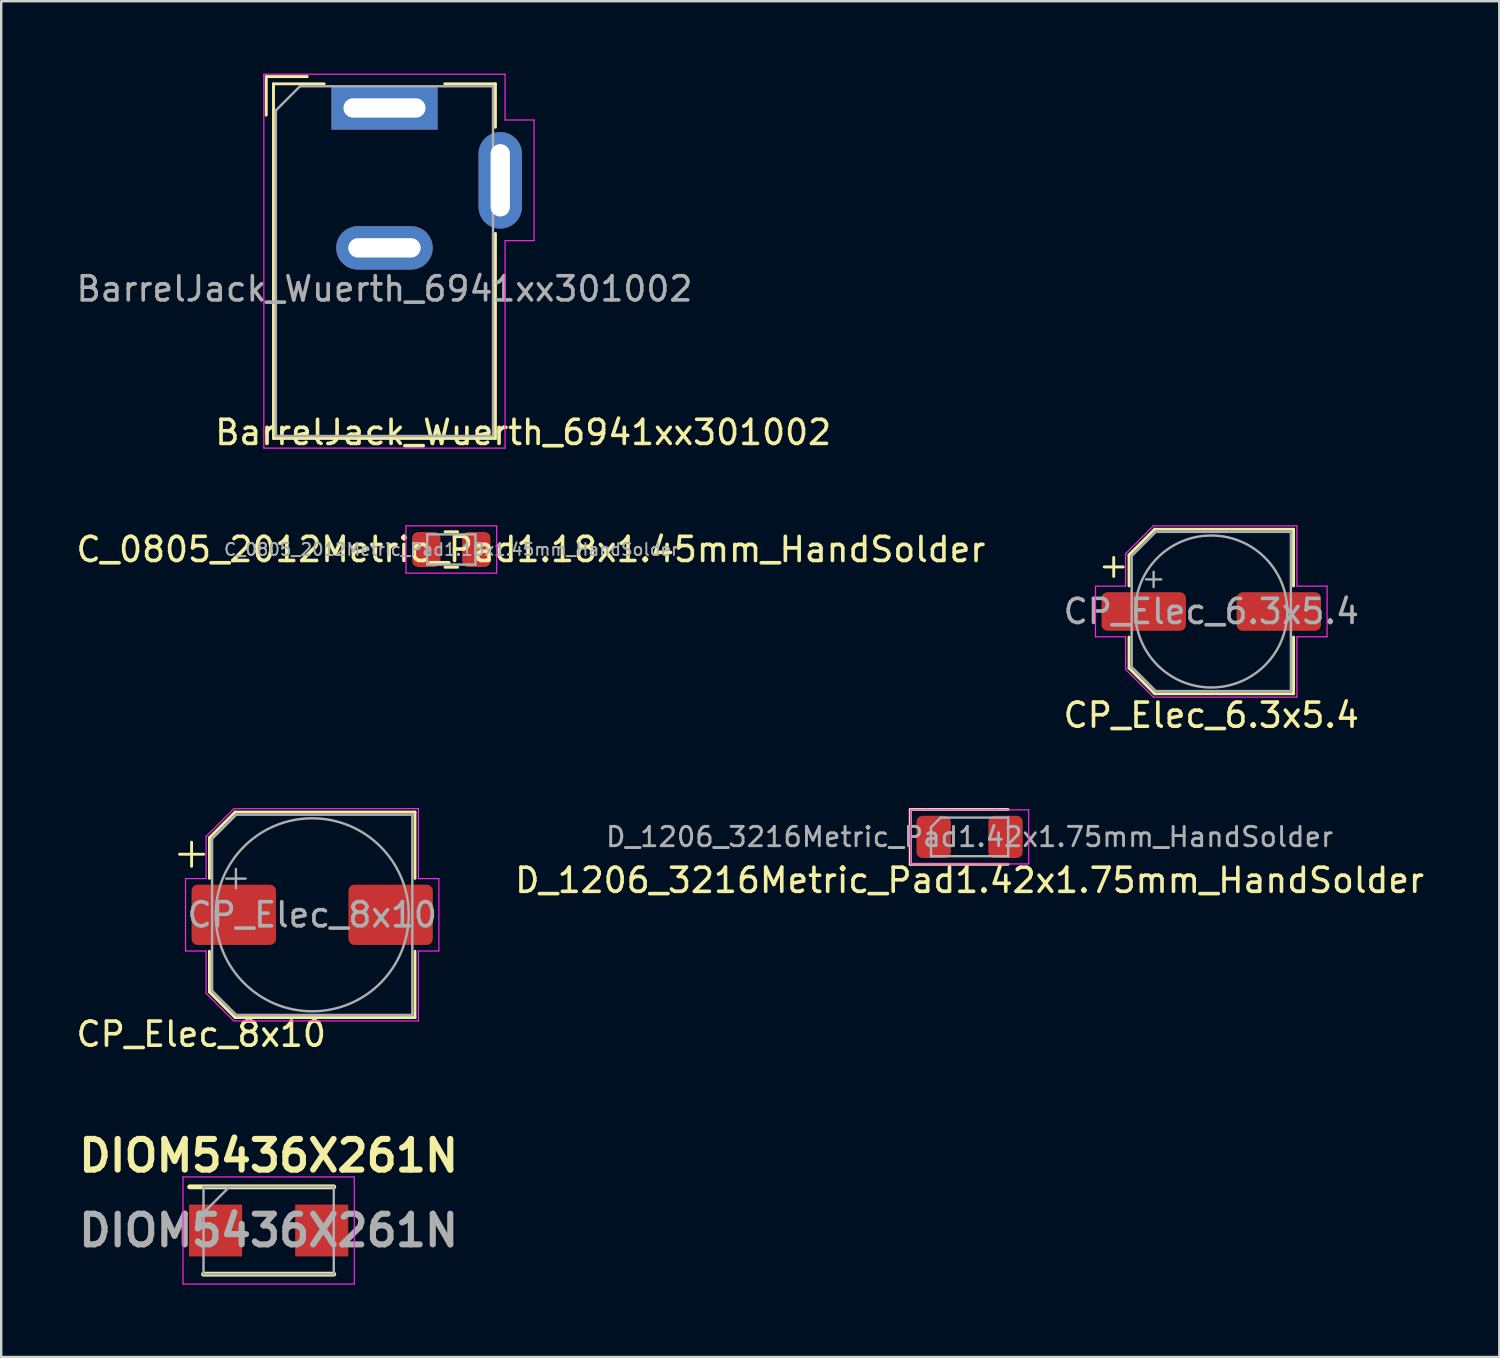
<source format=kicad_pcb>
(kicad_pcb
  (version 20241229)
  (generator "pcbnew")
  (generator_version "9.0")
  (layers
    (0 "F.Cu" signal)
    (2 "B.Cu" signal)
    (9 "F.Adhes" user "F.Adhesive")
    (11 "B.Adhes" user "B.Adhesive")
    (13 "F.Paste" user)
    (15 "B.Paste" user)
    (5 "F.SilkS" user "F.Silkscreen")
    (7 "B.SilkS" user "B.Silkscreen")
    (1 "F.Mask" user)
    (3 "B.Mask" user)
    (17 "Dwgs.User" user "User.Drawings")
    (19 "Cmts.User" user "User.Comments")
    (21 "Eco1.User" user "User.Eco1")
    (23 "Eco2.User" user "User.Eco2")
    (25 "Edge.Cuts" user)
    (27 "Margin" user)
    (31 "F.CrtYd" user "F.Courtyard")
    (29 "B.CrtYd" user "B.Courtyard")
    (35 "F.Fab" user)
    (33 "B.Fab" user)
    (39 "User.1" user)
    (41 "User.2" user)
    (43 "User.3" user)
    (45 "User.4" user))
  (footprint "C_0805_2012Metric_Pad1.18x1.45mm_HandSolder"
    (layer "F.Cu")
    (at 15.658 19.728)
    (property "Reference" "C_0805_2012Metric_Pad1.18x1.45mm_HandSolder" (at 3.3 0 0) (layer "F.SilkS") (effects (font (size 1 1) (thickness 0.15))))
    (attr smd)
    (fp_line (start -0.261 -0.735) (end 0.261 -0.735) (stroke (width 0.12) (type solid)) (layer "F.SilkS"))
    (fp_line (start -0.261 0.735) (end 0.261 0.735) (stroke (width 0.12) (type solid)) (layer "F.SilkS"))
    (fp_line (start -1.88 -0.98) (end 1.88 -0.98) (stroke (width 0.05) (type solid)) (layer "F.CrtYd"))
    (fp_line (start -1.88 0.98) (end -1.88 -0.98) (stroke (width 0.05) (type solid)) (layer "F.CrtYd"))
    (fp_line (start 1.88 -0.98) (end 1.88 0.98) (stroke (width 0.05) (type solid)) (layer "F.CrtYd"))
    (fp_line (start 1.88 0.98) (end -1.88 0.98) (stroke (width 0.05) (type solid)) (layer "F.CrtYd"))
    (fp_line (start -1 -0.625) (end 1 -0.625) (stroke (width 0.1) (type solid)) (layer "F.Fab"))
    (fp_line (start -1 0.625) (end -1 -0.625) (stroke (width 0.1) (type solid)) (layer "F.Fab"))
    (fp_line (start 1 -0.625) (end 1 0.625) (stroke (width 0.1) (type solid)) (layer "F.Fab"))
    (fp_line (start 1 0.625) (end -1 0.625) (stroke (width 0.1) (type solid)) (layer "F.Fab"))
    (fp_text user "${REFERENCE}" (at 0 0 0) (layer "F.Fab") (effects (font (size 0.5 0.5) (thickness 0.08))))
    (pad "1" smd roundrect (at -1.038 0 180) (size 1.175 1.45) (layers "F.Cu" "F.Mask" "F.Paste") (roundrect_rratio 0.213))
    (pad "2" smd roundrect (at 1.038 0 180) (size 1.175 1.45) (layers "F.Cu" "F.Mask" "F.Paste") (roundrect_rratio 0.213)))
  (footprint "BarrelJack_Wuerth_6941xx301002"
    (layer "F.Cu")
    (at 12.887 1.425)
    (property "Reference" "BarrelJack_Wuerth_6941xx301002" (at 5.75 13.45 0) (layer "F.SilkS") (effects (font (size 1 1) (thickness 0.15))))
    (attr through_hole)
    (fp_line (start -4.9 -1.3) (end -4.9 0.3) (stroke (width 0.12) (type solid)) (layer "F.SilkS"))
    (fp_line (start -4.6 -1) (end -2.5 -1) (stroke (width 0.12) (type solid)) (layer "F.SilkS"))
    (fp_line (start -4.6 13.7) (end -4.6 -1) (stroke (width 0.12) (type solid)) (layer "F.SilkS"))
    (fp_line (start -3.2 -1.3) (end -4.9 -1.3) (stroke (width 0.12) (type solid)) (layer "F.SilkS"))
    (fp_line (start 2.5 -1) (end 4.6 -1) (stroke (width 0.12) (type solid)) (layer "F.SilkS"))
    (fp_line (start 4.6 -1) (end 4.6 0.8) (stroke (width 0.12) (type solid)) (layer "F.SilkS"))
    (fp_line (start 4.6 5.2) (end 4.6 13.7) (stroke (width 0.12) (type solid)) (layer "F.SilkS"))
    (fp_line (start 4.6 13.7) (end -4.6 13.7) (stroke (width 0.12) (type solid)) (layer "F.SilkS"))
    (fp_line (start -5 -1.4) (end -5 14.1) (stroke (width 0.05) (type solid)) (layer "F.CrtYd"))
    (fp_line (start -5 14.1) (end 5 14.1) (stroke (width 0.05) (type solid)) (layer "F.CrtYd"))
    (fp_line (start 5 -1.4) (end -5 -1.4) (stroke (width 0.05) (type solid)) (layer "F.CrtYd"))
    (fp_line (start 5 0.5) (end 5 -1.4) (stroke (width 0.05) (type solid)) (layer "F.CrtYd"))
    (fp_line (start 5 14.1) (end 5 5.5) (stroke (width 0.05) (type solid)) (layer "F.CrtYd"))
    (fp_line (start 6.2 0.5) (end 5 0.5) (stroke (width 0.05) (type solid)) (layer "F.CrtYd"))
    (fp_line (start 6.2 0.5) (end 6.2 5.5) (stroke (width 0.05) (type solid)) (layer "F.CrtYd"))
    (fp_line (start 6.2 5.5) (end 5 5.5) (stroke (width 0.05) (type solid)) (layer "F.CrtYd"))
    (fp_line (start -4.5 0.1) (end -3.5 -0.9) (stroke (width 0.1) (type solid)) (layer "F.Fab"))
    (fp_line (start -4.5 13.6) (end -4.5 0.1) (stroke (width 0.1) (type solid)) (layer "F.Fab"))
    (fp_line (start 4.5 -0.9) (end -3.5 -0.9) (stroke (width 0.1) (type solid)) (layer "F.Fab"))
    (fp_line (start 4.5 -0.9) (end 4.5 13.6) (stroke (width 0.1) (type solid)) (layer "F.Fab"))
    (fp_line (start 4.5 13.6) (end -4.5 13.6) (stroke (width 0.1) (type solid)) (layer "F.Fab"))
    (fp_text user "${REFERENCE}" (at 0 7.5 0) (layer "F.Fab") (effects (font (size 1 1) (thickness 0.15))))
    (pad "1" thru_hole rect (at 0 0) (size 4.4 1.8) (drill oval 3.4 0.8) (layers "*.Cu" "*.Mask"))
    (pad "2" thru_hole oval (at 0 5.8) (size 4 1.8) (drill oval 3 0.8) (layers "*.Cu" "*.Mask"))
    (pad "3" thru_hole oval (at 4.8 3 90) (size 4 1.8) (drill oval 3 0.8) (layers "*.Cu" "*.Mask")))
  (footprint "CP_Elec_6.3x5.4"
    (layer "F.Cu")
    (at 47.161 22.298)
    (property "Reference" "CP_Elec_6.3x5.4" (at 0 4.3 0) (layer "F.SilkS") (effects (font (size 1 1) (thickness 0.15))))
    (attr smd)
    (fp_line (start -4.438 -1.847) (end -3.65 -1.847) (stroke (width 0.12) (type solid)) (layer "F.SilkS"))
    (fp_line (start -4.044 -2.241) (end -4.044 -1.454) (stroke (width 0.12) (type solid)) (layer "F.SilkS"))
    (fp_line (start -3.41 -2.346) (end -3.41 -1.06) (stroke (width 0.12) (type solid)) (layer "F.SilkS"))
    (fp_line (start -3.41 -2.346) (end -2.346 -3.41) (stroke (width 0.12) (type solid)) (layer "F.SilkS"))
    (fp_line (start -3.41 2.346) (end -3.41 1.06) (stroke (width 0.12) (type solid)) (layer "F.SilkS"))
    (fp_line (start -3.41 2.346) (end -2.346 3.41) (stroke (width 0.12) (type solid)) (layer "F.SilkS"))
    (fp_line (start -2.346 -3.41) (end 3.41 -3.41) (stroke (width 0.12) (type solid)) (layer "F.SilkS"))
    (fp_line (start -2.346 3.41) (end 3.41 3.41) (stroke (width 0.12) (type solid)) (layer "F.SilkS"))
    (fp_line (start 3.41 -3.41) (end 3.41 -1.06) (stroke (width 0.12) (type solid)) (layer "F.SilkS"))
    (fp_line (start 3.41 3.41) (end 3.41 1.06) (stroke (width 0.12) (type solid)) (layer "F.SilkS"))
    (fp_line (start -4.8 -1.05) (end -4.8 1.05) (stroke (width 0.05) (type solid)) (layer "F.CrtYd"))
    (fp_line (start -4.8 1.05) (end -3.55 1.05) (stroke (width 0.05) (type solid)) (layer "F.CrtYd"))
    (fp_line (start -3.55 -2.4) (end -3.55 -1.05) (stroke (width 0.05) (type solid)) (layer "F.CrtYd"))
    (fp_line (start -3.55 -2.4) (end -2.4 -3.55) (stroke (width 0.05) (type solid)) (layer "F.CrtYd"))
    (fp_line (start -3.55 -1.05) (end -4.8 -1.05) (stroke (width 0.05) (type solid)) (layer "F.CrtYd"))
    (fp_line (start -3.55 1.05) (end -3.55 2.4) (stroke (width 0.05) (type solid)) (layer "F.CrtYd"))
    (fp_line (start -3.55 2.4) (end -2.4 3.55) (stroke (width 0.05) (type solid)) (layer "F.CrtYd"))
    (fp_line (start -2.4 -3.55) (end 3.55 -3.55) (stroke (width 0.05) (type solid)) (layer "F.CrtYd"))
    (fp_line (start -2.4 3.55) (end 3.55 3.55) (stroke (width 0.05) (type solid)) (layer "F.CrtYd"))
    (fp_line (start 3.55 -3.55) (end 3.55 -1.05) (stroke (width 0.05) (type solid)) (layer "F.CrtYd"))
    (fp_line (start 3.55 -1.05) (end 4.8 -1.05) (stroke (width 0.05) (type solid)) (layer "F.CrtYd"))
    (fp_line (start 3.55 1.05) (end 3.55 3.55) (stroke (width 0.05) (type solid)) (layer "F.CrtYd"))
    (fp_line (start 4.8 -1.05) (end 4.8 1.05) (stroke (width 0.05) (type solid)) (layer "F.CrtYd"))
    (fp_line (start 4.8 1.05) (end 3.55 1.05) (stroke (width 0.05) (type solid)) (layer "F.CrtYd"))
    (fp_line (start -3.3 -2.3) (end -3.3 2.3) (stroke (width 0.1) (type solid)) (layer "F.Fab"))
    (fp_line (start -3.3 -2.3) (end -2.3 -3.3) (stroke (width 0.1) (type solid)) (layer "F.Fab"))
    (fp_line (start -3.3 2.3) (end -2.3 3.3) (stroke (width 0.1) (type solid)) (layer "F.Fab"))
    (fp_line (start -2.705 -1.33) (end -2.075 -1.33) (stroke (width 0.1) (type solid)) (layer "F.Fab"))
    (fp_line (start -2.39 -1.645) (end -2.39 -1.015) (stroke (width 0.1) (type solid)) (layer "F.Fab"))
    (fp_line (start -2.3 -3.3) (end 3.3 -3.3) (stroke (width 0.1) (type solid)) (layer "F.Fab"))
    (fp_line (start -2.3 3.3) (end 3.3 3.3) (stroke (width 0.1) (type solid)) (layer "F.Fab"))
    (fp_line (start 3.3 -3.3) (end 3.3 3.3) (stroke (width 0.1) (type solid)) (layer "F.Fab"))
    (fp_circle (center 0 0) (end 3.15 0) (stroke (width 0.1) (type solid)) (fill no) (layer "F.Fab"))
    (fp_text user "${REFERENCE}" (at 0 0 0) (layer "F.Fab") (effects (font (size 1 1) (thickness 0.15))))
    (pad "1" smd roundrect (at -2.8 0) (size 3.5 1.6) (layers "F.Cu" "F.Mask" "F.Paste") (roundrect_rratio 0.156))
    (pad "2" smd roundrect (at 2.8 0) (size 3.5 1.6) (layers "F.Cu" "F.Mask" "F.Paste") (roundrect_rratio 0.156)))
  (footprint "D_1206_3216Metric_Pad1.42x1.75mm_HandSolder"
    (layer "F.Cu")
    (at 37.142 31.642)
    (property "Reference" "D_1206_3216Metric_Pad1.42x1.75mm_HandSolder" (at 0 1.8 0) (layer "F.SilkS") (effects (font (size 1 1) (thickness 0.15))))
    (attr smd)
    (fp_line (start -2.46 -1.135) (end -2.46 1.135) (stroke (width 0.12) (type solid)) (layer "F.SilkS"))
    (fp_line (start -2.46 1.135) (end 1.6 1.135) (stroke (width 0.12) (type solid)) (layer "F.SilkS"))
    (fp_line (start 1.6 -1.135) (end -2.46 -1.135) (stroke (width 0.12) (type solid)) (layer "F.SilkS"))
    (fp_line (start -2.45 -1.12) (end 2.45 -1.12) (stroke (width 0.05) (type solid)) (layer "F.CrtYd"))
    (fp_line (start -2.45 1.12) (end -2.45 -1.12) (stroke (width 0.05) (type solid)) (layer "F.CrtYd"))
    (fp_line (start 2.45 -1.12) (end 2.45 1.12) (stroke (width 0.05) (type solid)) (layer "F.CrtYd"))
    (fp_line (start 2.45 1.12) (end -2.45 1.12) (stroke (width 0.05) (type solid)) (layer "F.CrtYd"))
    (fp_line (start -1.6 -0.4) (end -1.6 0.8) (stroke (width 0.1) (type solid)) (layer "F.Fab"))
    (fp_line (start -1.6 0.8) (end 1.6 0.8) (stroke (width 0.1) (type solid)) (layer "F.Fab"))
    (fp_line (start -1.2 -0.8) (end -1.6 -0.4) (stroke (width 0.1) (type solid)) (layer "F.Fab"))
    (fp_line (start 1.6 -0.8) (end -1.2 -0.8) (stroke (width 0.1) (type solid)) (layer "F.Fab"))
    (fp_line (start 1.6 0.8) (end 1.6 -0.8) (stroke (width 0.1) (type solid)) (layer "F.Fab"))
    (fp_text user "${REFERENCE}" (at 0 0 0) (layer "F.Fab") (effects (font (size 0.8 0.8) (thickness 0.12))))
    (pad "1" smd roundrect (at -1.488 0 180) (size 1.425 1.75) (layers "F.Cu" "F.Mask" "F.Paste") (roundrect_rratio 0.175))
    (pad "2" smd roundrect (at 1.488 0 180) (size 1.425 1.75) (layers "F.Cu" "F.Mask" "F.Paste") (roundrect_rratio 0.175)))
  (footprint "DIOM5436X261N"
    (layer "F.Cu")
    (at 8.086 47.958)
    (property "Reference" "DIOM5436X261N" (at 0 -3.1 0) (layer "F.SilkS") (effects (font (size 1.27 1.27) (thickness 0.254))))
    (attr smd)
    (fp_line (start -2.7 1.81) (end 2.7 1.81) (stroke (width 0.2) (type solid)) (layer "F.SilkS"))
    (fp_line (start 2.7 -1.81) (end -3.275 -1.81) (stroke (width 0.2) (type solid)) (layer "F.SilkS"))
    (fp_line (start -3.55 -2.22) (end 3.55 -2.22) (stroke (width 0.05) (type solid)) (layer "F.CrtYd"))
    (fp_line (start -3.55 2.22) (end -3.55 -2.22) (stroke (width 0.05) (type solid)) (layer "F.CrtYd"))
    (fp_line (start 3.55 -2.22) (end 3.55 2.22) (stroke (width 0.05) (type solid)) (layer "F.CrtYd"))
    (fp_line (start 3.55 2.22) (end -3.55 2.22) (stroke (width 0.05) (type solid)) (layer "F.CrtYd"))
    (fp_line (start -2.7 -1.81) (end 2.7 -1.81) (stroke (width 0.1) (type solid)) (layer "F.Fab"))
    (fp_line (start -2.7 -0.735) (end -1.625 -1.81) (stroke (width 0.1) (type solid)) (layer "F.Fab"))
    (fp_line (start -2.7 1.81) (end -2.7 -1.81) (stroke (width 0.1) (type solid)) (layer "F.Fab"))
    (fp_line (start 2.7 -1.81) (end 2.7 1.81) (stroke (width 0.1) (type solid)) (layer "F.Fab"))
    (fp_line (start 2.7 1.81) (end -2.7 1.81) (stroke (width 0.1) (type solid)) (layer "F.Fab"))
    (fp_text user "${REFERENCE}" (at 0 0 0) (layer "F.Fab") (effects (font (size 1.27 1.27) (thickness 0.254))))
    (pad "A" smd rect (at -2.2 0 270) (size 2.15 2.2) (layers "F.Cu" "F.Mask" "F.Paste"))
    (pad "K" smd rect (at 2.2 0 270) (size 2.15 2.2) (layers "F.Cu" "F.Mask" "F.Paste")))
  (footprint "CP_Elec_8x10"
    (layer "F.Cu")
    (at 9.892 34.871)
    (property "Reference" "CP_Elec_8x10" (at -4.6 4.95 0) (layer "F.SilkS") (effects (font (size 1 1) (thickness 0.15))))
    (attr smd)
    (fp_line (start -5.5 -2.51) (end -4.5 -2.51) (stroke (width 0.12) (type solid)) (layer "F.SilkS"))
    (fp_line (start -5 -3.01) (end -5 -2.01) (stroke (width 0.12) (type solid)) (layer "F.SilkS"))
    (fp_line (start -4.26 -3.196) (end -4.26 -1.51) (stroke (width 0.12) (type solid)) (layer "F.SilkS"))
    (fp_line (start -4.26 -3.196) (end -3.196 -4.26) (stroke (width 0.12) (type solid)) (layer "F.SilkS"))
    (fp_line (start -4.26 3.196) (end -4.26 1.51) (stroke (width 0.12) (type solid)) (layer "F.SilkS"))
    (fp_line (start -4.26 3.196) (end -3.196 4.26) (stroke (width 0.12) (type solid)) (layer "F.SilkS"))
    (fp_line (start -3.196 -4.26) (end 4.26 -4.26) (stroke (width 0.12) (type solid)) (layer "F.SilkS"))
    (fp_line (start -3.196 4.26) (end 4.26 4.26) (stroke (width 0.12) (type solid)) (layer "F.SilkS"))
    (fp_line (start 4.26 -4.26) (end 4.26 -1.51) (stroke (width 0.12) (type solid)) (layer "F.SilkS"))
    (fp_line (start 4.26 4.26) (end 4.26 1.51) (stroke (width 0.12) (type solid)) (layer "F.SilkS"))
    (fp_line (start -5.25 -1.5) (end -5.25 1.5) (stroke (width 0.05) (type solid)) (layer "F.CrtYd"))
    (fp_line (start -5.25 1.5) (end -4.4 1.5) (stroke (width 0.05) (type solid)) (layer "F.CrtYd"))
    (fp_line (start -4.4 -3.25) (end -4.4 -1.5) (stroke (width 0.05) (type solid)) (layer "F.CrtYd"))
    (fp_line (start -4.4 -3.25) (end -3.25 -4.4) (stroke (width 0.05) (type solid)) (layer "F.CrtYd"))
    (fp_line (start -4.4 -1.5) (end -5.25 -1.5) (stroke (width 0.05) (type solid)) (layer "F.CrtYd"))
    (fp_line (start -4.4 1.5) (end -4.4 3.25) (stroke (width 0.05) (type solid)) (layer "F.CrtYd"))
    (fp_line (start -4.4 3.25) (end -3.25 4.4) (stroke (width 0.05) (type solid)) (layer "F.CrtYd"))
    (fp_line (start -3.25 -4.4) (end 4.4 -4.4) (stroke (width 0.05) (type solid)) (layer "F.CrtYd"))
    (fp_line (start -3.25 4.4) (end 4.4 4.4) (stroke (width 0.05) (type solid)) (layer "F.CrtYd"))
    (fp_line (start 4.4 -4.4) (end 4.4 -1.5) (stroke (width 0.05) (type solid)) (layer "F.CrtYd"))
    (fp_line (start 4.4 -1.5) (end 5.25 -1.5) (stroke (width 0.05) (type solid)) (layer "F.CrtYd"))
    (fp_line (start 4.4 1.5) (end 4.4 4.4) (stroke (width 0.05) (type solid)) (layer "F.CrtYd"))
    (fp_line (start 5.25 -1.5) (end 5.25 1.5) (stroke (width 0.05) (type solid)) (layer "F.CrtYd"))
    (fp_line (start 5.25 1.5) (end 4.4 1.5) (stroke (width 0.05) (type solid)) (layer "F.CrtYd"))
    (fp_line (start -4.15 -3.15) (end -4.15 3.15) (stroke (width 0.1) (type solid)) (layer "F.Fab"))
    (fp_line (start -4.15 -3.15) (end -3.15 -4.15) (stroke (width 0.1) (type solid)) (layer "F.Fab"))
    (fp_line (start -4.15 3.15) (end -3.15 4.15) (stroke (width 0.1) (type solid)) (layer "F.Fab"))
    (fp_line (start -3.562 -1.5) (end -2.762 -1.5) (stroke (width 0.1) (type solid)) (layer "F.Fab"))
    (fp_line (start -3.162 -1.9) (end -3.162 -1.1) (stroke (width 0.1) (type solid)) (layer "F.Fab"))
    (fp_line (start -3.15 -4.15) (end 4.15 -4.15) (stroke (width 0.1) (type solid)) (layer "F.Fab"))
    (fp_line (start -3.15 4.15) (end 4.15 4.15) (stroke (width 0.1) (type solid)) (layer "F.Fab"))
    (fp_line (start 4.15 -4.15) (end 4.15 4.15) (stroke (width 0.1) (type solid)) (layer "F.Fab"))
    (fp_circle (center 0 0) (end 4 0) (stroke (width 0.1) (type solid)) (fill no) (layer "F.Fab"))
    (fp_text user "${REFERENCE}" (at 0 0 0) (layer "F.Fab") (effects (font (size 1 1) (thickness 0.15))))
    (pad "1" smd roundrect (at -3.25 0) (size 3.5 2.5) (layers "F.Cu" "F.Mask" "F.Paste") (roundrect_rratio 0.1))
    (pad "2" smd roundrect (at 3.25 0) (size 3.5 2.5) (layers "F.Cu" "F.Mask" "F.Paste") (roundrect_rratio 0.1)))
  (gr_rect
    (start -3 -3)
    (end 59.1 53.203)
    (stroke (width 0.1) (type default))
    (fill no)
    (layer "Edge.Cuts")))
</source>
